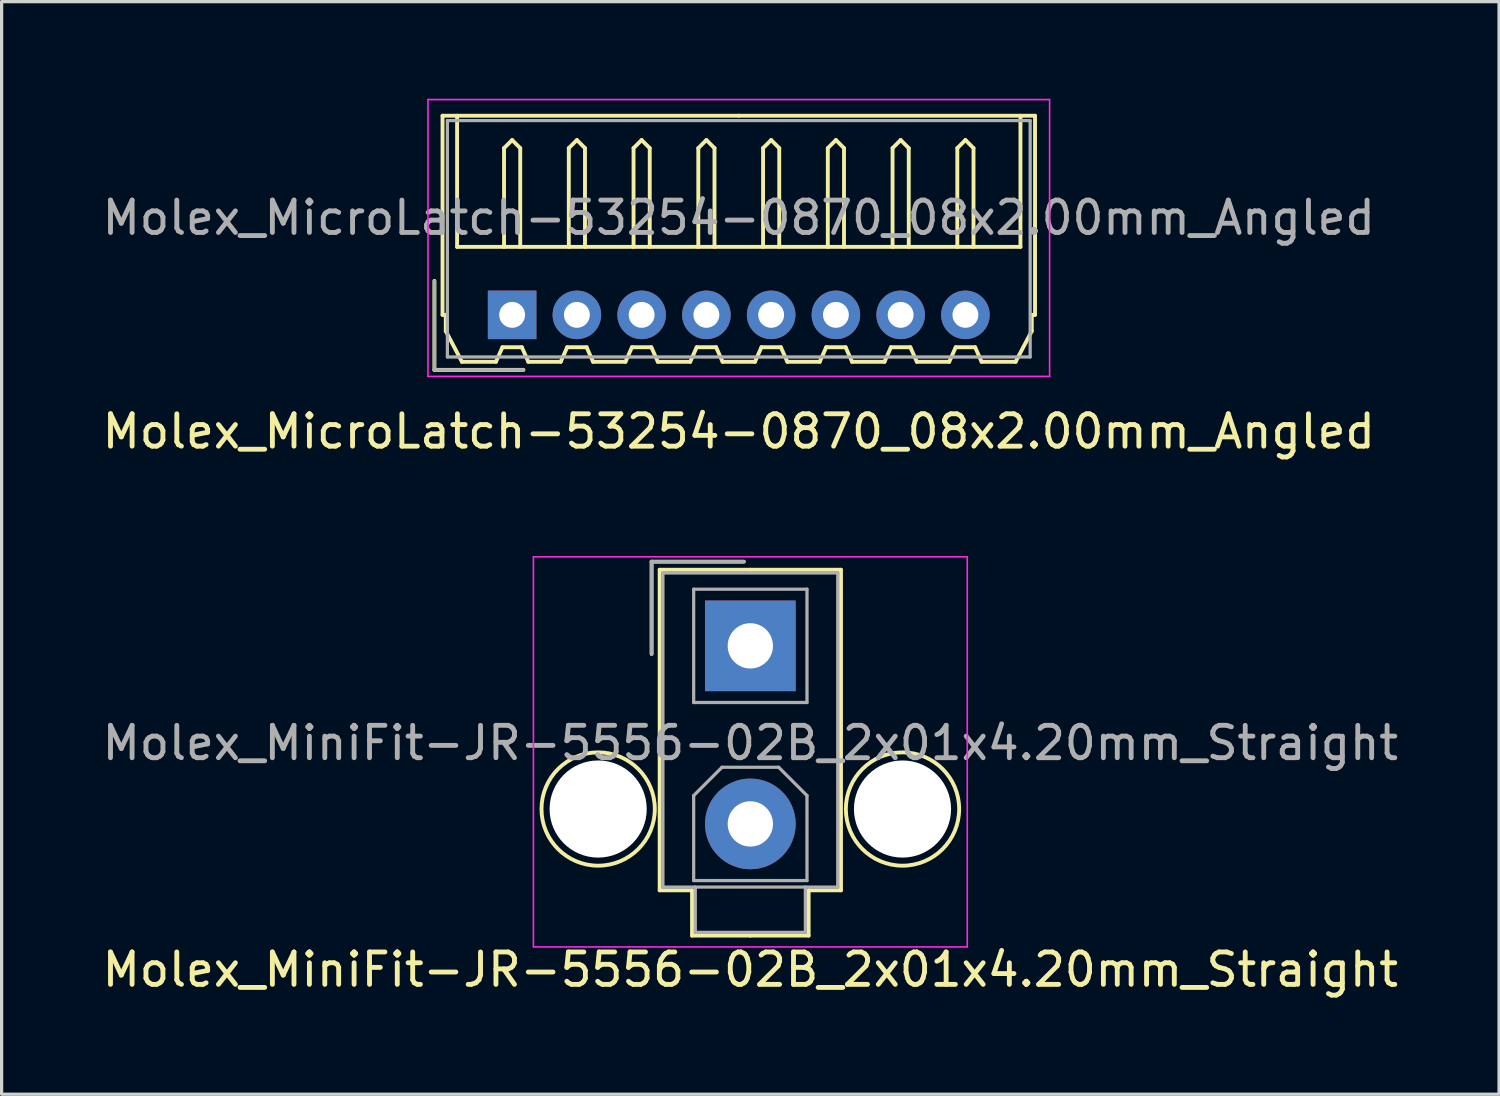
<source format=kicad_pcb>
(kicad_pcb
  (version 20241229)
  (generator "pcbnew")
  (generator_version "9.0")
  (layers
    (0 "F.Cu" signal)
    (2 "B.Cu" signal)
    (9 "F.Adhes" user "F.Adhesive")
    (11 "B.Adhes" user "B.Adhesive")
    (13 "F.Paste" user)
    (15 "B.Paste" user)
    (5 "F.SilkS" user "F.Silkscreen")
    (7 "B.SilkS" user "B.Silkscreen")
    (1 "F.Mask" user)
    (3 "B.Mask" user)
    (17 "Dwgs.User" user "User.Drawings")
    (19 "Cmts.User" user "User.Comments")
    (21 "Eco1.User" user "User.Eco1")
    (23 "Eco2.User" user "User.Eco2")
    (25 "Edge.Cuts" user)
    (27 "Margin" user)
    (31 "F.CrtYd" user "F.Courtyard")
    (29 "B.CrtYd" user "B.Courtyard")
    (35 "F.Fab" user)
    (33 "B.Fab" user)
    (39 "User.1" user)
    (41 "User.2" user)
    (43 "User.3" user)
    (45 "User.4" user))
  (footprint "Molex_MiniFit-JR-5556-02B_2x01x4.20mm_Straight"
    (layer "F.Cu")
    (at 20.125 16.898)
    (property "Reference" "Molex_MiniFit-JR-5556-02B_2x01x4.20mm_Straight" (at 0 10 0) (layer "F.SilkS") (effects (font (size 1 1) (thickness 0.15))))
    (attr through_hole)
    (fp_line (start -3.05 -2.6) (end -3.05 0.25) (stroke (width 0.12) (type solid)) (layer "F.SilkS"))
    (fp_line (start -2.8 -2.35) (end -2.8 7.55) (stroke (width 0.12) (type solid)) (layer "F.SilkS"))
    (fp_line (start -2.8 7.55) (end -1.8 7.55) (stroke (width 0.12) (type solid)) (layer "F.SilkS"))
    (fp_line (start -1.8 7.55) (end -1.8 8.95) (stroke (width 0.12) (type solid)) (layer "F.SilkS"))
    (fp_line (start -1.8 8.95) (end 0 8.95) (stroke (width 0.12) (type solid)) (layer "F.SilkS"))
    (fp_line (start -0.2 -2.6) (end -3.05 -2.6) (stroke (width 0.12) (type solid)) (layer "F.SilkS"))
    (fp_line (start 0 -2.35) (end -2.8 -2.35) (stroke (width 0.12) (type solid)) (layer "F.SilkS"))
    (fp_line (start 0 -2.35) (end 2.8 -2.35) (stroke (width 0.12) (type solid)) (layer "F.SilkS"))
    (fp_line (start 1.8 7.55) (end 1.8 8.95) (stroke (width 0.12) (type solid)) (layer "F.SilkS"))
    (fp_line (start 1.8 8.95) (end 0 8.95) (stroke (width 0.12) (type solid)) (layer "F.SilkS"))
    (fp_line (start 2.8 -2.35) (end 2.8 7.55) (stroke (width 0.12) (type solid)) (layer "F.SilkS"))
    (fp_line (start 2.8 7.55) (end 1.8 7.55) (stroke (width 0.12) (type solid)) (layer "F.SilkS"))
    (fp_circle (center -4.7 5.04) (end -2.95 5.04) (stroke (width 0.12) (type solid)) (fill no) (layer "F.SilkS"))
    (fp_circle (center 4.7 5.04) (end 6.45 5.04) (stroke (width 0.12) (type solid)) (fill no) (layer "F.SilkS"))
    (fp_line (start -6.7 -2.75) (end -6.7 9.3) (stroke (width 0.05) (type solid)) (layer "F.CrtYd"))
    (fp_line (start -6.7 9.3) (end 6.7 9.3) (stroke (width 0.05) (type solid)) (layer "F.CrtYd"))
    (fp_line (start 6.7 -2.75) (end -6.7 -2.75) (stroke (width 0.05) (type solid)) (layer "F.CrtYd"))
    (fp_line (start 6.7 9.3) (end 6.7 -2.75) (stroke (width 0.05) (type solid)) (layer "F.CrtYd"))
    (fp_line (start -3.05 -2.6) (end -3.05 0.25) (stroke (width 0.1) (type solid)) (layer "F.Fab"))
    (fp_line (start -2.7 -2.25) (end -2.7 7.45) (stroke (width 0.1) (type solid)) (layer "F.Fab"))
    (fp_line (start -2.7 7.45) (end 2.7 7.45) (stroke (width 0.1) (type solid)) (layer "F.Fab"))
    (fp_line (start -1.75 -1.75) (end -1.75 1.75) (stroke (width 0.1) (type solid)) (layer "F.Fab"))
    (fp_line (start -1.75 1.75) (end 1.75 1.75) (stroke (width 0.1) (type solid)) (layer "F.Fab"))
    (fp_line (start -1.75 4.625) (end -0.875 3.75) (stroke (width 0.1) (type solid)) (layer "F.Fab"))
    (fp_line (start -1.75 7.25) (end -1.75 4.625) (stroke (width 0.1) (type solid)) (layer "F.Fab"))
    (fp_line (start -1.7 7.45) (end -1.7 8.85) (stroke (width 0.1) (type solid)) (layer "F.Fab"))
    (fp_line (start -1.7 8.85) (end 1.7 8.85) (stroke (width 0.1) (type solid)) (layer "F.Fab"))
    (fp_line (start -0.875 3.75) (end 0.875 3.75) (stroke (width 0.1) (type solid)) (layer "F.Fab"))
    (fp_line (start -0.2 -2.6) (end -3.05 -2.6) (stroke (width 0.1) (type solid)) (layer "F.Fab"))
    (fp_line (start 0.875 3.75) (end 1.75 4.625) (stroke (width 0.1) (type solid)) (layer "F.Fab"))
    (fp_line (start 1.7 8.85) (end 1.7 7.45) (stroke (width 0.1) (type solid)) (layer "F.Fab"))
    (fp_line (start 1.75 -1.75) (end -1.75 -1.75) (stroke (width 0.1) (type solid)) (layer "F.Fab"))
    (fp_line (start 1.75 1.75) (end 1.75 -1.75) (stroke (width 0.1) (type solid)) (layer "F.Fab"))
    (fp_line (start 1.75 4.625) (end 1.75 7.25) (stroke (width 0.1) (type solid)) (layer "F.Fab"))
    (fp_line (start 1.75 7.25) (end -1.75 7.25) (stroke (width 0.1) (type solid)) (layer "F.Fab"))
    (fp_line (start 2.7 -2.25) (end -2.7 -2.25) (stroke (width 0.1) (type solid)) (layer "F.Fab"))
    (fp_line (start 2.7 7.45) (end 2.7 -2.25) (stroke (width 0.1) (type solid)) (layer "F.Fab"))
    (fp_text user "${REFERENCE}" (at 0 3 0) (layer "F.Fab") (effects (font (size 1 1) (thickness 0.15))))
    (pad "" np_thru_hole circle (at -4.7 5.04) (size 3 3) (drill 3) (layers "*.Cu" "*.Mask"))
    (pad "" np_thru_hole circle (at 4.7 5.04) (size 3 3) (drill 3) (layers "*.Cu" "*.Mask"))
    (pad "1" thru_hole rect (at 0 0) (size 2.8 2.8) (drill 1.4) (layers "*.Cu" "*.Mask"))
    (pad "2" thru_hole circle (at 0 5.5) (size 2.8 2.8) (drill 1.4) (layers "*.Cu" "*.Mask")))
  (footprint "Molex_MicroLatch-53254-0870_08x2.00mm_Angled"
    (layer "F.Cu")
    (at 12.768 6.675)
    (property "Reference" "Molex_MicroLatch-53254-0870_08x2.00mm_Angled" (at 7 3.6 0) (layer "F.SilkS") (effects (font (size 1 1) (thickness 0.15))))
    (attr through_hole)
    (fp_line (start -2.4 1.7) (end -2.4 -1.05) (stroke (width 0.12) (type solid)) (layer "F.SilkS"))
    (fp_line (start -2.15 -6.15) (end 7 -6.15) (stroke (width 0.12) (type solid)) (layer "F.SilkS"))
    (fp_line (start -2.15 0) (end -2.15 -6.15) (stroke (width 0.12) (type solid)) (layer "F.SilkS"))
    (fp_line (start -2.05 0) (end -2.15 0) (stroke (width 0.12) (type solid)) (layer "F.SilkS"))
    (fp_line (start -2.05 0.5) (end -2.05 0) (stroke (width 0.12) (type solid)) (layer "F.SilkS"))
    (fp_line (start -1.7 -6.15) (end -1.7 -2.1) (stroke (width 0.12) (type solid)) (layer "F.SilkS"))
    (fp_line (start -1.7 -2.1) (end 15.7 -2.1) (stroke (width 0.12) (type solid)) (layer "F.SilkS"))
    (fp_line (start -1.55 1.45) (end -2.05 0.5) (stroke (width 0.12) (type solid)) (layer "F.SilkS"))
    (fp_line (start -0.5 1.45) (end -1.55 1.45) (stroke (width 0.12) (type solid)) (layer "F.SilkS"))
    (fp_line (start -0.3 1) (end -0.5 1.45) (stroke (width 0.12) (type solid)) (layer "F.SilkS"))
    (fp_line (start -0.3 1) (end 0.3 1) (stroke (width 0.12) (type solid)) (layer "F.SilkS"))
    (fp_line (start -0.25 -5.15) (end 0 -5.4) (stroke (width 0.12) (type solid)) (layer "F.SilkS"))
    (fp_line (start -0.25 -2.1) (end -0.25 -5.15) (stroke (width 0.12) (type solid)) (layer "F.SilkS"))
    (fp_line (start 0 -5.4) (end 0.25 -5.15) (stroke (width 0.12) (type solid)) (layer "F.SilkS"))
    (fp_line (start 0.25 -5.15) (end 0.25 -2.1) (stroke (width 0.12) (type solid)) (layer "F.SilkS"))
    (fp_line (start 0.3 1) (end 0.5 1.45) (stroke (width 0.12) (type solid)) (layer "F.SilkS"))
    (fp_line (start 0.35 1.7) (end -2.4 1.7) (stroke (width 0.12) (type solid)) (layer "F.SilkS"))
    (fp_line (start 0.5 1.45) (end 1.5 1.45) (stroke (width 0.12) (type solid)) (layer "F.SilkS"))
    (fp_line (start 1.5 1.45) (end 1.7 1) (stroke (width 0.12) (type solid)) (layer "F.SilkS"))
    (fp_line (start 1.7 1) (end 2.3 1) (stroke (width 0.12) (type solid)) (layer "F.SilkS"))
    (fp_line (start 1.75 -5.15) (end 2 -5.4) (stroke (width 0.12) (type solid)) (layer "F.SilkS"))
    (fp_line (start 1.75 -2.1) (end 1.75 -5.15) (stroke (width 0.12) (type solid)) (layer "F.SilkS"))
    (fp_line (start 2 -5.4) (end 2.25 -5.15) (stroke (width 0.12) (type solid)) (layer "F.SilkS"))
    (fp_line (start 2.25 -5.15) (end 2.25 -2.1) (stroke (width 0.12) (type solid)) (layer "F.SilkS"))
    (fp_line (start 2.3 1) (end 2.5 1.45) (stroke (width 0.12) (type solid)) (layer "F.SilkS"))
    (fp_line (start 2.5 1.45) (end 3.5 1.45) (stroke (width 0.12) (type solid)) (layer "F.SilkS"))
    (fp_line (start 3.5 1.45) (end 3.7 1) (stroke (width 0.12) (type solid)) (layer "F.SilkS"))
    (fp_line (start 3.7 1) (end 4.3 1) (stroke (width 0.12) (type solid)) (layer "F.SilkS"))
    (fp_line (start 3.75 -5.15) (end 4 -5.4) (stroke (width 0.12) (type solid)) (layer "F.SilkS"))
    (fp_line (start 3.75 -2.1) (end 3.75 -5.15) (stroke (width 0.12) (type solid)) (layer "F.SilkS"))
    (fp_line (start 4 -5.4) (end 4.25 -5.15) (stroke (width 0.12) (type solid)) (layer "F.SilkS"))
    (fp_line (start 4.25 -5.15) (end 4.25 -2.1) (stroke (width 0.12) (type solid)) (layer "F.SilkS"))
    (fp_line (start 4.3 1) (end 4.5 1.45) (stroke (width 0.12) (type solid)) (layer "F.SilkS"))
    (fp_line (start 4.5 1.45) (end 5.5 1.45) (stroke (width 0.12) (type solid)) (layer "F.SilkS"))
    (fp_line (start 5.5 1.45) (end 5.7 1) (stroke (width 0.12) (type solid)) (layer "F.SilkS"))
    (fp_line (start 5.7 1) (end 6.3 1) (stroke (width 0.12) (type solid)) (layer "F.SilkS"))
    (fp_line (start 5.75 -5.15) (end 6 -5.4) (stroke (width 0.12) (type solid)) (layer "F.SilkS"))
    (fp_line (start 5.75 -2.1) (end 5.75 -5.15) (stroke (width 0.12) (type solid)) (layer "F.SilkS"))
    (fp_line (start 6 -5.4) (end 6.25 -5.15) (stroke (width 0.12) (type solid)) (layer "F.SilkS"))
    (fp_line (start 6.25 -5.15) (end 6.25 -2.1) (stroke (width 0.12) (type solid)) (layer "F.SilkS"))
    (fp_line (start 6.3 1) (end 6.5 1.45) (stroke (width 0.12) (type solid)) (layer "F.SilkS"))
    (fp_line (start 6.5 1.45) (end 7.5 1.45) (stroke (width 0.12) (type solid)) (layer "F.SilkS"))
    (fp_line (start 7.5 1.45) (end 7.7 1) (stroke (width 0.12) (type solid)) (layer "F.SilkS"))
    (fp_line (start 7.7 1) (end 8.3 1) (stroke (width 0.12) (type solid)) (layer "F.SilkS"))
    (fp_line (start 7.75 -5.15) (end 8 -5.4) (stroke (width 0.12) (type solid)) (layer "F.SilkS"))
    (fp_line (start 7.75 -2.1) (end 7.75 -5.15) (stroke (width 0.12) (type solid)) (layer "F.SilkS"))
    (fp_line (start 8 -5.4) (end 8.25 -5.15) (stroke (width 0.12) (type solid)) (layer "F.SilkS"))
    (fp_line (start 8.25 -5.15) (end 8.25 -2.1) (stroke (width 0.12) (type solid)) (layer "F.SilkS"))
    (fp_line (start 8.3 1) (end 8.5 1.45) (stroke (width 0.12) (type solid)) (layer "F.SilkS"))
    (fp_line (start 8.5 1.45) (end 9.5 1.45) (stroke (width 0.12) (type solid)) (layer "F.SilkS"))
    (fp_line (start 9.5 1.45) (end 9.7 1) (stroke (width 0.12) (type solid)) (layer "F.SilkS"))
    (fp_line (start 9.7 1) (end 10.3 1) (stroke (width 0.12) (type solid)) (layer "F.SilkS"))
    (fp_line (start 9.75 -5.15) (end 10 -5.4) (stroke (width 0.12) (type solid)) (layer "F.SilkS"))
    (fp_line (start 9.75 -2.1) (end 9.75 -5.15) (stroke (width 0.12) (type solid)) (layer "F.SilkS"))
    (fp_line (start 10 -5.4) (end 10.25 -5.15) (stroke (width 0.12) (type solid)) (layer "F.SilkS"))
    (fp_line (start 10.25 -5.15) (end 10.25 -2.1) (stroke (width 0.12) (type solid)) (layer "F.SilkS"))
    (fp_line (start 10.3 1) (end 10.5 1.45) (stroke (width 0.12) (type solid)) (layer "F.SilkS"))
    (fp_line (start 10.5 1.45) (end 11.5 1.45) (stroke (width 0.12) (type solid)) (layer "F.SilkS"))
    (fp_line (start 11.5 1.45) (end 11.7 1) (stroke (width 0.12) (type solid)) (layer "F.SilkS"))
    (fp_line (start 11.7 1) (end 12.3 1) (stroke (width 0.12) (type solid)) (layer "F.SilkS"))
    (fp_line (start 11.75 -5.15) (end 12 -5.4) (stroke (width 0.12) (type solid)) (layer "F.SilkS"))
    (fp_line (start 11.75 -2.1) (end 11.75 -5.15) (stroke (width 0.12) (type solid)) (layer "F.SilkS"))
    (fp_line (start 12 -5.4) (end 12.25 -5.15) (stroke (width 0.12) (type solid)) (layer "F.SilkS"))
    (fp_line (start 12.25 -5.15) (end 12.25 -2.1) (stroke (width 0.12) (type solid)) (layer "F.SilkS"))
    (fp_line (start 12.3 1) (end 12.5 1.45) (stroke (width 0.12) (type solid)) (layer "F.SilkS"))
    (fp_line (start 12.5 1.45) (end 13.5 1.45) (stroke (width 0.12) (type solid)) (layer "F.SilkS"))
    (fp_line (start 13.5 1.45) (end 13.7 1) (stroke (width 0.12) (type solid)) (layer "F.SilkS"))
    (fp_line (start 13.7 1) (end 14.3 1) (stroke (width 0.12) (type solid)) (layer "F.SilkS"))
    (fp_line (start 13.75 -5.15) (end 14 -5.4) (stroke (width 0.12) (type solid)) (layer "F.SilkS"))
    (fp_line (start 13.75 -2.1) (end 13.75 -5.15) (stroke (width 0.12) (type solid)) (layer "F.SilkS"))
    (fp_line (start 14 -5.4) (end 14.25 -5.15) (stroke (width 0.12) (type solid)) (layer "F.SilkS"))
    (fp_line (start 14.25 -5.15) (end 14.25 -2.1) (stroke (width 0.12) (type solid)) (layer "F.SilkS"))
    (fp_line (start 14.3 1) (end 14.5 1.45) (stroke (width 0.12) (type solid)) (layer "F.SilkS"))
    (fp_line (start 14.5 1.45) (end 15.55 1.45) (stroke (width 0.12) (type solid)) (layer "F.SilkS"))
    (fp_line (start 15.55 1.45) (end 16.05 0.5) (stroke (width 0.12) (type solid)) (layer "F.SilkS"))
    (fp_line (start 15.7 -2.1) (end 15.7 -6.15) (stroke (width 0.12) (type solid)) (layer "F.SilkS"))
    (fp_line (start 16.05 0) (end 16.15 0) (stroke (width 0.12) (type solid)) (layer "F.SilkS"))
    (fp_line (start 16.05 0.5) (end 16.05 0) (stroke (width 0.12) (type solid)) (layer "F.SilkS"))
    (fp_line (start 16.15 -6.15) (end 7 -6.15) (stroke (width 0.12) (type solid)) (layer "F.SilkS"))
    (fp_line (start 16.15 0) (end 16.15 -6.15) (stroke (width 0.12) (type solid)) (layer "F.SilkS"))
    (fp_line (start -2.6 -6.65) (end -2.6 1.9) (stroke (width 0.05) (type solid)) (layer "F.CrtYd"))
    (fp_line (start -2.6 1.9) (end 16.6 1.9) (stroke (width 0.05) (type solid)) (layer "F.CrtYd"))
    (fp_line (start 16.6 -6.65) (end -2.6 -6.65) (stroke (width 0.05) (type solid)) (layer "F.CrtYd"))
    (fp_line (start 16.6 1.9) (end 16.6 -6.65) (stroke (width 0.05) (type solid)) (layer "F.CrtYd"))
    (fp_line (start -2.4 1.7) (end -2.4 -1.05) (stroke (width 0.1) (type solid)) (layer "F.Fab"))
    (fp_line (start -2 -6) (end -2 1.3) (stroke (width 0.1) (type solid)) (layer "F.Fab"))
    (fp_line (start -2 1.3) (end 16 1.3) (stroke (width 0.1) (type solid)) (layer "F.Fab"))
    (fp_line (start 0.35 1.7) (end -2.4 1.7) (stroke (width 0.1) (type solid)) (layer "F.Fab"))
    (fp_line (start 16 -6) (end -2 -6) (stroke (width 0.1) (type solid)) (layer "F.Fab"))
    (fp_line (start 16 1.3) (end 16 -6) (stroke (width 0.1) (type solid)) (layer "F.Fab"))
    (fp_text user "${REFERENCE}" (at 7 -3 0) (layer "F.Fab") (effects (font (size 1 1) (thickness 0.15))))
    (pad "1" thru_hole rect (at 0 0) (size 1.5 1.5) (drill 0.8) (layers "*.Cu" "*.Mask"))
    (pad "2" thru_hole circle (at 2 0) (size 1.5 1.5) (drill 0.8) (layers "*.Cu" "*.Mask"))
    (pad "3" thru_hole circle (at 4 0) (size 1.5 1.5) (drill 0.8) (layers "*.Cu" "*.Mask"))
    (pad "4" thru_hole circle (at 6 0) (size 1.5 1.5) (drill 0.8) (layers "*.Cu" "*.Mask"))
    (pad "5" thru_hole circle (at 8 0) (size 1.5 1.5) (drill 0.8) (layers "*.Cu" "*.Mask"))
    (pad "6" thru_hole circle (at 10 0) (size 1.5 1.5) (drill 0.8) (layers "*.Cu" "*.Mask"))
    (pad "7" thru_hole circle (at 12 0) (size 1.5 1.5) (drill 0.8) (layers "*.Cu" "*.Mask"))
    (pad "8" thru_hole circle (at 14 0) (size 1.5 1.5) (drill 0.8) (layers "*.Cu" "*.Mask")))
  (gr_rect
    (start -3 -3)
    (end 43.25 30.747)
    (stroke (width 0.1) (type default))
    (fill no)
    (layer "Edge.Cuts")))
</source>
